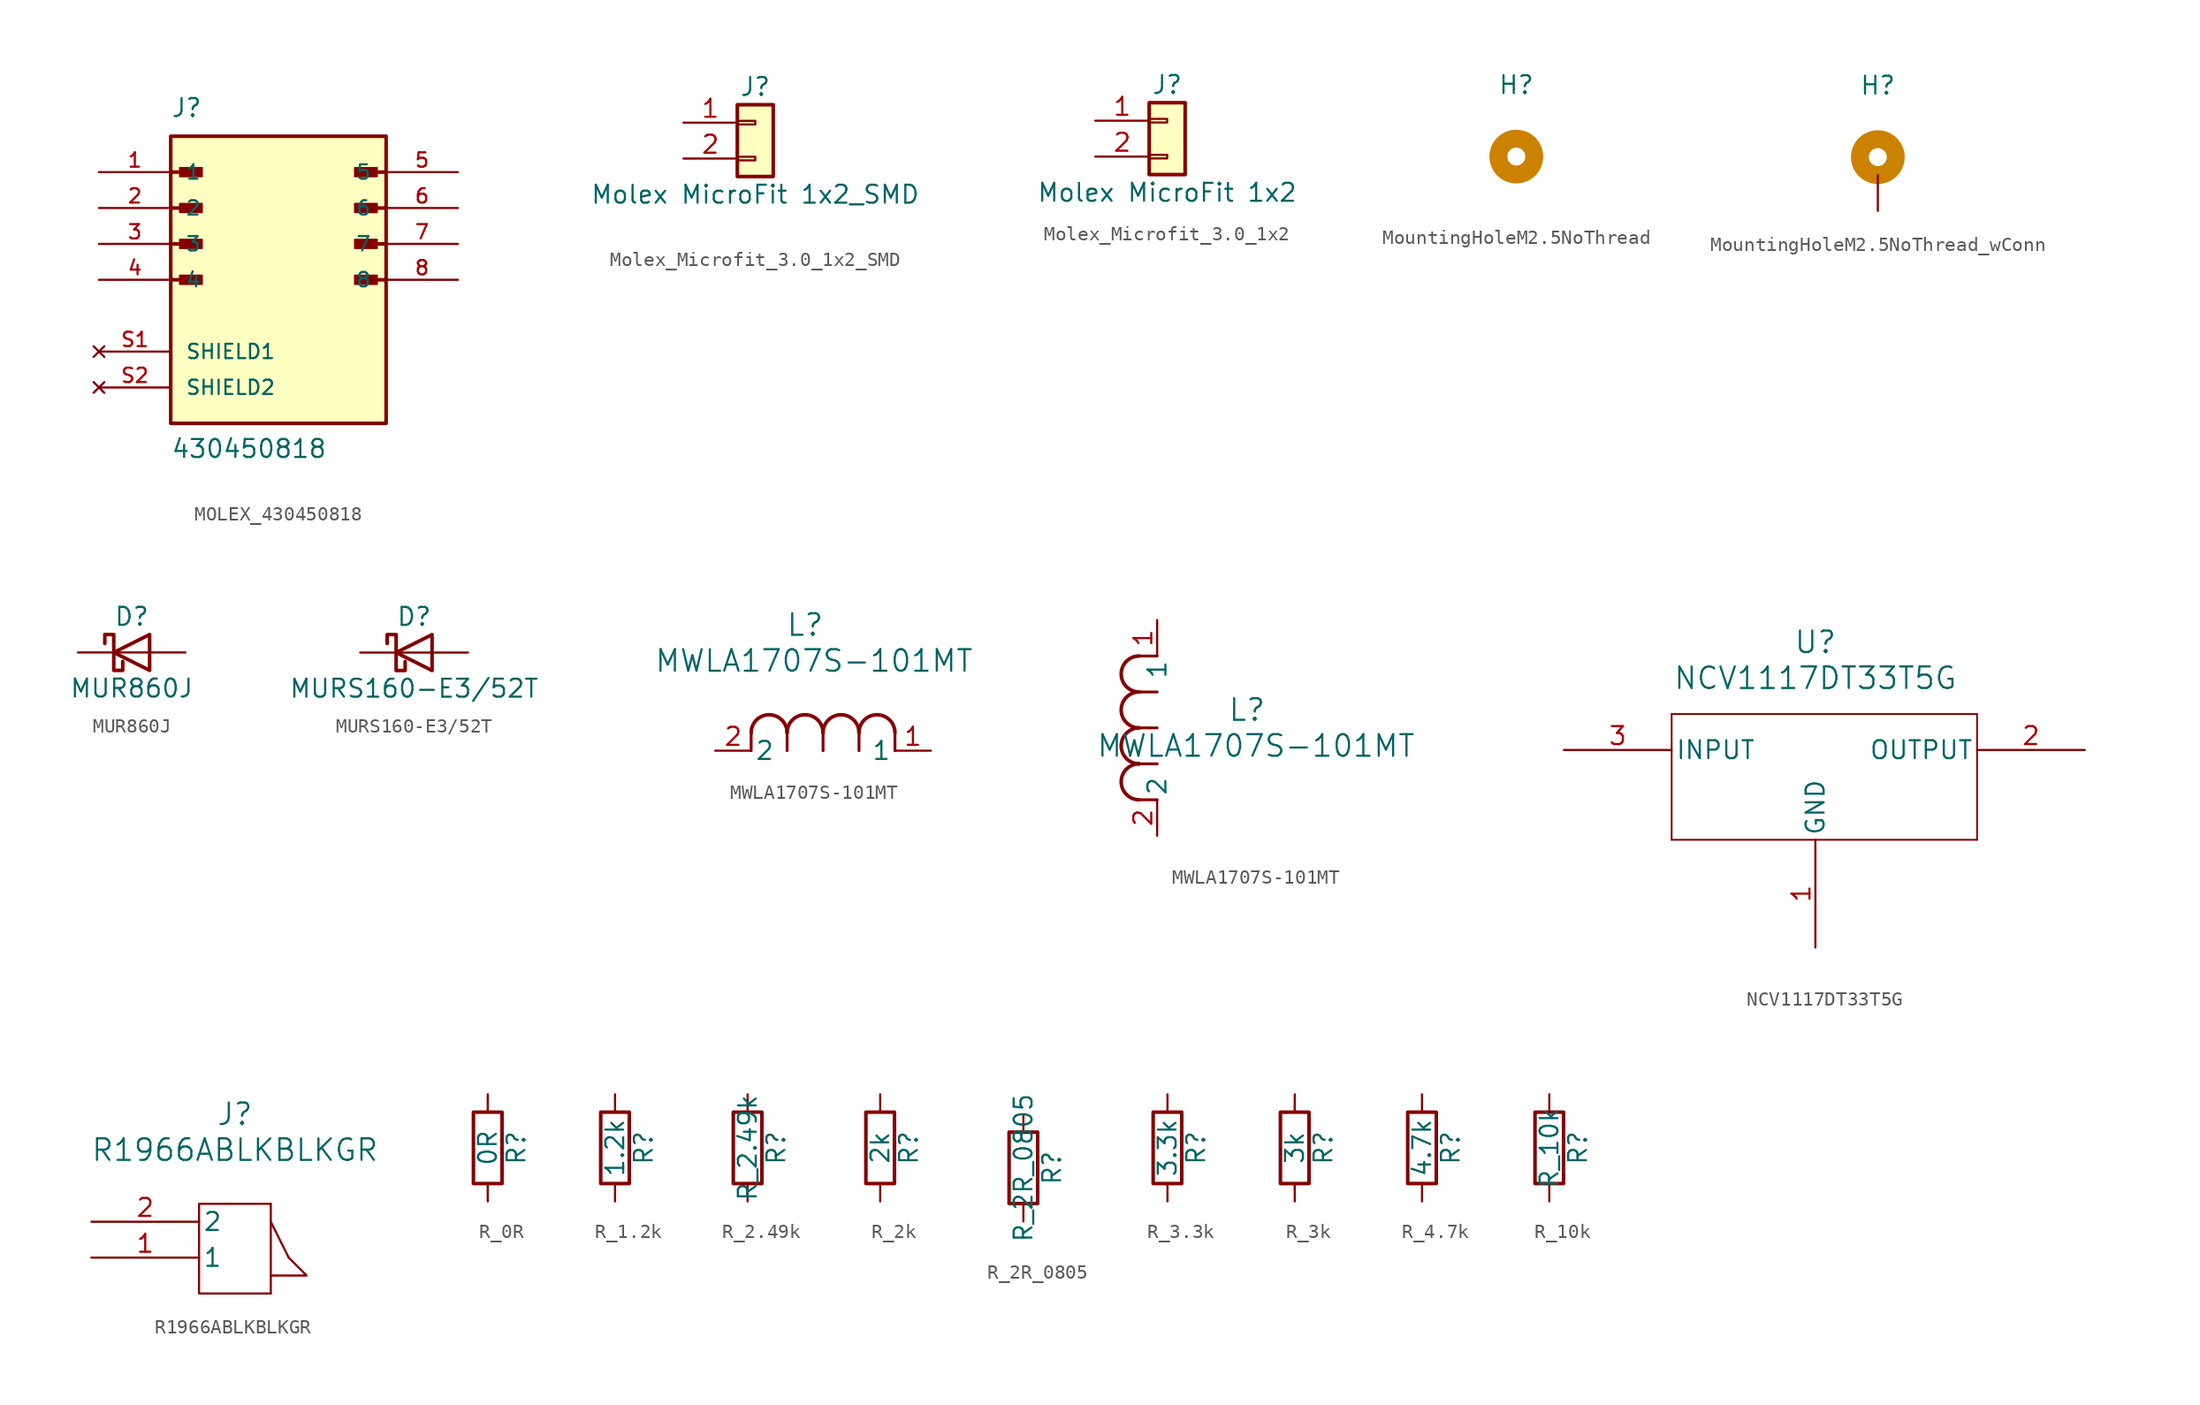
<source format=kicad_sym>
(kicad_symbol_lib
  (version 20231120)
  (generator "kicad_symbol_editor")
  (generator_version "8.0")
  (symbol "MOLEX_430450818"
    (pin_names
      (offset 1.016))
    (property "Reference" "J"
      (at -7.62 11.43 0)
      (effects (font (size 1.27 1.27)) (justify left bottom)))
    (property "Value" "430450818"
      (at -7.62 -12.7 0)
      (effects (font (size 1.27 1.27)) (justify left bottom)))
    (symbol "MOLEX_430450818_0_0"
      (rectangle (start -7.62 -10.16) (end 7.62 10.16) (stroke (width 0.254) (type default)) (fill (type background)))
      (rectangle (start -6.985 -0.318) (end -5.397 0.318) (stroke (width 0.1) (type default)) (fill (type outline)))
      (rectangle (start -6.985 2.223) (end -5.397 2.857) (stroke (width 0.1) (type default)) (fill (type outline)))
      (rectangle (start -6.985 4.763) (end -5.397 5.397) (stroke (width 0.1) (type default)) (fill (type outline)))
      (rectangle (start -6.985 7.303) (end -5.397 7.938) (stroke (width 0.1) (type default)) (fill (type outline)))
      (polyline (pts (xy -7.62 0) (xy -5.715 0)) (stroke (width 0.254) (type default)) (fill (type none)))
      (polyline (pts (xy -7.62 2.54) (xy -5.715 2.54)) (stroke (width 0.254) (type default)) (fill (type none)))
      (polyline (pts (xy -7.62 5.08) (xy -5.715 5.08)) (stroke (width 0.254) (type default)) (fill (type none)))
      (polyline (pts (xy -7.62 7.62) (xy -5.715 7.62)) (stroke (width 0.254) (type default)) (fill (type none)))
      (polyline (pts (xy 7.62 0) (xy 5.715 0)) (stroke (width 0.254) (type default)) (fill (type none)))
      (polyline (pts (xy 7.62 2.54) (xy 5.715 2.54)) (stroke (width 0.254) (type default)) (fill (type none)))
      (polyline (pts (xy 7.62 5.08) (xy 5.715 5.08)) (stroke (width 0.254) (type default)) (fill (type none)))
      (polyline (pts (xy 7.62 7.62) (xy 5.715 7.62)) (stroke (width 0.254) (type default)) (fill (type none)))
      (rectangle (start 5.397 -0.318) (end 6.985 0.318) (stroke (width 0.1) (type default)) (fill (type outline)))
      (rectangle (start 5.397 2.223) (end 6.985 2.857) (stroke (width 0.1) (type default)) (fill (type outline)))
      (rectangle (start 5.397 4.763) (end 6.985 5.397) (stroke (width 0.1) (type default)) (fill (type outline)))
      (rectangle (start 5.397 7.303) (end 6.985 7.938) (stroke (width 0.1) (type default)) (fill (type outline)))
      (pin passive line (at -12.7 7.62 0) (length 5.08) (name "1" (effects (font (size 1.016 1.016)))) (number "1" (effects (font (size 1.016 1.016)))))
      (pin passive line (at -12.7 5.08 0) (length 5.08) (name "2" (effects (font (size 1.016 1.016)))) (number "2" (effects (font (size 1.016 1.016)))))
      (pin passive line (at -12.7 2.54 0) (length 5.08) (name "3" (effects (font (size 1.016 1.016)))) (number "3" (effects (font (size 1.016 1.016)))))
      (pin passive line (at -12.7 0 0) (length 5.08) (name "4" (effects (font (size 1.016 1.016)))) (number "4" (effects (font (size 1.016 1.016)))))
      (pin passive line (at 12.7 7.62 180) (length 5.08) (name "5" (effects (font (size 1.016 1.016)))) (number "5" (effects (font (size 1.016 1.016)))))
      (pin passive line (at 12.7 5.08 180) (length 5.08) (name "6" (effects (font (size 1.016 1.016)))) (number "6" (effects (font (size 1.016 1.016)))))
      (pin passive line (at 12.7 2.54 180) (length 5.08) (name "7" (effects (font (size 1.016 1.016)))) (number "7" (effects (font (size 1.016 1.016)))))
      (pin passive line (at 12.7 0 180) (length 5.08) (name "8" (effects (font (size 1.016 1.016)))) (number "8" (effects (font (size 1.016 1.016))))))
    (symbol "MOLEX_430450818_1_0"
      (pin no_connect line (at -12.7 -5.08 0) (length 5.08) (name "SHIELD1" (effects (font (size 1.016 1.016)))) (number "S1" (effects (font (size 1.016 1.016)))))
      (pin no_connect line (at -12.7 -7.62 0) (length 5.08) (name "SHIELD2" (effects (font (size 1.016 1.016)))) (number "S2" (effects (font (size 1.016 1.016)))))))
  (symbol "Molex_Microfit_3.0_1x2_SMD"
    (pin_names
      (offset 1.016) hide)
    (property "Reference" "J"
      (at 0 2.54 0)
      (effects (font (size 1.27 1.27))))
    (property "Value" "Molex MicroFit 1x2_SMD"
      (at 0 -5.08 0)
      (effects (font (size 1.27 1.27))))
    (symbol "Molex_Microfit_3.0_1x2_SMD_1_1"
      (rectangle (start -1.27 -2.413) (end 0 -2.667) (stroke (width 0.152) (type default)) (fill (type none)))
      (rectangle (start -1.27 0.127) (end 0 -0.127) (stroke (width 0.152) (type default)) (fill (type none)))
      (rectangle (start -1.27 1.27) (end 1.27 -3.81) (stroke (width 0.254) (type default)) (fill (type background)))
      (pin passive line (at -5.08 0 0) (length 3.81) (name "Pin_1" (effects (font (size 1.27 1.27)))) (number "1" (effects (font (size 1.27 1.27)))))
      (pin passive line (at -5.08 -2.54 0) (length 3.81) (name "Pin_2" (effects (font (size 1.27 1.27)))) (number "2" (effects (font (size 1.27 1.27)))))
      (pin no_connect line (at 0 -7.62 90) (length 3.81) hide (name "MP1" (effects (font (size 1.27 1.27)))) (number "MP1" (effects (font (size 1.27 1.27)))))
      (pin no_connect line (at 2.54 -7.62 90) (length 3.81) hide (name "MP2" (effects (font (size 1.27 1.27)))) (number "MP2" (effects (font (size 1.27 1.27)))))))
  (symbol "Molex_Microfit_3.0_1x2"
    (pin_names
      (offset 1.016) hide)
    (property "Reference" "J"
      (at 0 2.54 0)
      (effects (font (size 1.27 1.27))))
    (property "Value" "Molex MicroFit 1x2"
      (at 0 -5.08 0)
      (effects (font (size 1.27 1.27))))
    (symbol "Molex_Microfit_3.0_1x2_1_1"
      (rectangle (start -1.27 -2.413) (end 0 -2.667) (stroke (width 0.152) (type default)) (fill (type none)))
      (rectangle (start -1.27 0.127) (end 0 -0.127) (stroke (width 0.152) (type default)) (fill (type none)))
      (rectangle (start -1.27 1.27) (end 1.27 -3.81) (stroke (width 0.254) (type default)) (fill (type background)))
      (pin passive line (at -5.08 0 0) (length 3.81) (name "Pin_1" (effects (font (size 1.27 1.27)))) (number "1" (effects (font (size 1.27 1.27)))))
      (pin passive line (at -5.08 -2.54 0) (length 3.81) (name "Pin_2" (effects (font (size 1.27 1.27)))) (number "2" (effects (font (size 1.27 1.27)))))))
  (symbol "MountingHoleM2.5NoThread"
    (pin_numbers hide)
    (pin_names
      (offset 1.016) hide)
    (property "Reference" "H"
      (at 0 6.35 0)
      (effects (font (size 1.27 1.27))))
    (symbol "MountingHoleM2.5NoThread_1_1"
      (circle (center 0 1.27) (radius 1.27) (stroke (width 1.27) (type solid) (color 203 130 1 1)) (fill (type none)))
      (pin no_connect line (at 0 -2.54 90) (length 2.54) hide (name "1" (effects (font (size 1.27 1.27)))) (number "1" (effects (font (size 1.27 1.27)))))))
  (symbol "MountingHoleM2.5NoThread_wConn"
    (pin_numbers hide)
    (pin_names
      (offset 1.016) hide)
    (property "Reference" "H"
      (at 0 6.35 0)
      (effects (font (size 1.27 1.27))))
    (symbol "MountingHoleM2.5NoThread_wConn_1_1"
      (circle (center 0 1.27) (radius 1.27) (stroke (width 1.27) (type solid) (color 203 130 1 1)) (fill (type none)))
      (pin passive line (at 0 -2.54 90) (length 2.54) (name "1" (effects (font (size 1.27 1.27)))) (number "1" (effects (font (size 1.27 1.27)))))))
  (symbol "MUR860J"
    (pin_numbers hide)
    (pin_names
      (offset 1.016) hide)
    (property "Reference" "D"
      (at 0 2.54 0)
      (effects (font (size 1.27 1.27))))
    (property "Value" "MUR860J"
      (at 0 -2.54 0)
      (effects (font (size 1.27 1.27))))
    (symbol "MUR860J_0_1"
      (polyline (pts (xy 1.27 0) (xy -1.27 0)) (stroke (width 0) (type default)) (fill (type none)))
      (polyline (pts (xy 1.27 1.27) (xy 1.27 -1.27) (xy -1.27 0) (xy 1.27 1.27)) (stroke (width 0.254) (type default)) (fill (type none)))
      (polyline (pts (xy -1.905 0.635) (xy -1.905 1.27) (xy -1.27 1.27) (xy -1.27 -1.27) (xy -0.635 -1.27) (xy -0.635 -0.635)) (stroke (width 0.254) (type default)) (fill (type none))))
    (symbol "MUR860J_1_1"
      (pin passive line (at -3.81 0 0) (length 2.54) (name "K" (effects (font (size 1.27 1.27)))) (number "1" (effects (font (size 1.27 1.27)))))
      (pin passive line (at 3.81 0 180) (length 2.54) (name "A" (effects (font (size 1.27 1.27)))) (number "2" (effects (font (size 1.27 1.27)))))))
  (symbol "MURS160-E3/52T"
    (pin_numbers hide)
    (pin_names
      (offset 1.016) hide)
    (property "Reference" "D"
      (at 0 2.54 0)
      (effects (font (size 1.27 1.27))))
    (property "Value" "MURS160-E3/52T"
      (at 0 -2.54 0)
      (effects (font (size 1.27 1.27))))
    (symbol "MURS160-E3/52T_0_1"
      (polyline (pts (xy 1.27 0) (xy -1.27 0)) (stroke (width 0) (type default)) (fill (type none)))
      (polyline (pts (xy 1.27 1.27) (xy 1.27 -1.27) (xy -1.27 0) (xy 1.27 1.27)) (stroke (width 0.254) (type default)) (fill (type none)))
      (polyline (pts (xy -1.905 0.635) (xy -1.905 1.27) (xy -1.27 1.27) (xy -1.27 -1.27) (xy -0.635 -1.27) (xy -0.635 -0.635)) (stroke (width 0.254) (type default)) (fill (type none))))
    (symbol "MURS160-E3/52T_1_1"
      (pin passive line (at -3.81 0 0) (length 2.54) (name "K" (effects (font (size 1.27 1.27)))) (number "1" (effects (font (size 1.27 1.27)))))
      (pin passive line (at 3.81 0 180) (length 2.54) (name "A" (effects (font (size 1.27 1.27)))) (number "2" (effects (font (size 1.27 1.27)))))))
  (symbol "MWLA1707S-101MT"
    (pin_names
      (offset 0.254))
    (property "Reference" "L"
      (at 6.35 8.89 0)
      (effects (font (size 1.524 1.524))))
    (property "Value" "MWLA1707S-101MT"
      (at 6.985 6.35 0)
      (effects (font (size 1.524 1.524))))
    (symbol "MWLA1707S-101MT_1_1"
      (polyline (pts (xy 2.54 0) (xy 2.54 1.27)) (stroke (width 0.203) (type default)) (fill (type none)))
      (polyline (pts (xy 5.08 0) (xy 5.08 1.27)) (stroke (width 0.203) (type default)) (fill (type none)))
      (polyline (pts (xy 7.62 0) (xy 7.62 1.27)) (stroke (width 0.203) (type default)) (fill (type none)))
      (polyline (pts (xy 10.16 0) (xy 10.16 1.27)) (stroke (width 0.203) (type default)) (fill (type none)))
      (polyline (pts (xy 12.7 0) (xy 12.7 1.27)) (stroke (width 0.203) (type default)) (fill (type none)))
      (arc (start 5.08 1.27) (mid 3.81 2.5345) (end 2.54 1.27) (stroke (width 0.254) (type default)) (fill (type none)))
      (arc (start 7.62 1.27) (mid 6.35 2.5345) (end 5.08 1.27) (stroke (width 0.254) (type default)) (fill (type none)))
      (arc (start 10.16 1.27) (mid 8.89 2.5345) (end 7.62 1.27) (stroke (width 0.254) (type default)) (fill (type none)))
      (arc (start 12.7 1.27) (mid 11.43 2.5345) (end 10.16 1.27) (stroke (width 0.254) (type default)) (fill (type none)))
      (pin unspecified line (at 15.24 0 180) (length 2.54) (name "1" (effects (font (size 1.27 1.27)))) (number "1" (effects (font (size 1.27 1.27)))))
      (pin unspecified line (at 0 0 0) (length 2.54) (name "2" (effects (font (size 1.27 1.27)))) (number "2" (effects (font (size 1.27 1.27))))))
    (symbol "MWLA1707S-101MT_1_2"
      (arc (start -1.27 5.08) (mid -2.5345 3.81) (end -1.27 2.54) (stroke (width 0.254) (type default)) (fill (type none)))
      (arc (start -1.27 7.62) (mid -2.5345 6.35) (end -1.27 5.08) (stroke (width 0.254) (type default)) (fill (type none)))
      (arc (start -1.27 10.16) (mid -2.5345 8.89) (end -1.27 7.62) (stroke (width 0.254) (type default)) (fill (type none)))
      (arc (start -1.27 12.7) (mid -2.5345 11.43) (end -1.27 10.16) (stroke (width 0.254) (type default)) (fill (type none)))
      (polyline (pts (xy 0 2.54) (xy -1.27 2.54)) (stroke (width 0.203) (type default)) (fill (type none)))
      (polyline (pts (xy 0 5.08) (xy -1.27 5.08)) (stroke (width 0.203) (type default)) (fill (type none)))
      (polyline (pts (xy 0 7.62) (xy -1.27 7.62)) (stroke (width 0.203) (type default)) (fill (type none)))
      (polyline (pts (xy 0 10.16) (xy -1.27 10.16)) (stroke (width 0.203) (type default)) (fill (type none)))
      (polyline (pts (xy 0 12.7) (xy -1.27 12.7)) (stroke (width 0.203) (type default)) (fill (type none)))
      (pin unspecified line (at 0 15.24 270) (length 2.54) (name "1" (effects (font (size 1.27 1.27)))) (number "1" (effects (font (size 1.27 1.27)))))
      (pin unspecified line (at 0 0 90) (length 2.54) (name "2" (effects (font (size 1.27 1.27)))) (number "2" (effects (font (size 1.27 1.27)))))))
  (symbol "NCV1117DT33T5G"
    (pin_names
      (offset 0.254))
    (property "Reference" "U"
      (at 0 7.62 0)
      (effects (font (size 1.524 1.524))))
    (property "Value" "NCV1117DT33T5G"
      (at 0 5.08 0)
      (effects (font (size 1.524 1.524))))
    (symbol "NCV1117DT33T5G_0_1"
      (polyline (pts (xy -10.16 -6.35) (xy 11.43 -6.35)) (stroke (width 0.127) (type default)) (fill (type none)))
      (polyline (pts (xy -10.16 2.54) (xy -10.16 -6.35)) (stroke (width 0.127) (type default)) (fill (type none)))
      (polyline (pts (xy 11.43 -6.35) (xy 11.43 2.54)) (stroke (width 0.127) (type default)) (fill (type none)))
      (polyline (pts (xy 11.43 2.54) (xy -10.16 2.54)) (stroke (width 0.127) (type default)) (fill (type none)))
      (pin output line (at 19.05 0 180) (length 7.62) (name "OUTPUT" (effects (font (size 1.27 1.27)))) (number "2" (effects (font (size 1.27 1.27)))))
      (pin input line (at -17.78 0 0) (length 7.62) (name "INPUT" (effects (font (size 1.27 1.27)))) (number "3" (effects (font (size 1.27 1.27))))))
    (symbol "NCV1117DT33T5G_1_1"
      (pin bidirectional line (at 0 -13.97 90) (length 7.62) (name "GND" (effects (font (size 1.27 1.27)))) (number "1" (effects (font (size 1.27 1.27)))))))
  (symbol "R1966ABLKBLKGR"
    (pin_names
      (offset 0.254))
    (property "Reference" "J"
      (at 1.27 8.89 0)
      (effects (font (size 1.524 1.524))))
    (property "Value" "R1966ABLKBLKGR"
      (at 1.27 6.35 0)
      (effects (font (size 1.524 1.524))))
    (symbol "R1966ABLKBLKGR_1_1"
      (polyline (pts (xy 3.81 1.27) (xy 5.08 -1.27)) (stroke (width 0) (type default)) (fill (type none)))
      (polyline (pts (xy 3.81 2.54) (xy 3.81 -3.81)) (stroke (width 0) (type default)) (fill (type none)))
      (polyline (pts (xy 5.08 -1.27) (xy 6.35 -2.54) (xy 3.81 -2.54)) (stroke (width 0) (type default)) (fill (type none)))
      (polyline (pts (xy 3.81 -3.81) (xy -1.27 -3.81) (xy -1.27 2.54) (xy 3.81 2.54)) (stroke (width 0) (type default)) (fill (type none)))
      (pin power_in line (at -8.89 -1.27 0) (length 7.62) (name "1" (effects (font (size 1.27 1.27)))) (number "1" (effects (font (size 1.27 1.27)))))
      (pin power_in line (at -8.89 1.27 0) (length 7.62) (name "2" (effects (font (size 1.27 1.27)))) (number "2" (effects (font (size 1.27 1.27)))))))
  (symbol "R_0R"
    (pin_numbers hide)
    (pin_names
      (offset 0))
    (property "Reference" "R"
      (at 2.032 0 90)
      (effects (font (size 1.27 1.27))))
    (property "Value" "0R"
      (at 0 0 90)
      (effects (font (size 1.27 1.27))))
    (symbol "R_0R_0_1"
      (rectangle (start -1.016 -2.54) (end 1.016 2.54) (stroke (width 0.254) (type default)) (fill (type none))))
    (symbol "R_0R_1_1"
      (pin passive line (at 0 3.81 270) (length 1.27) (name "~" (effects (font (size 1.27 1.27)))) (number "1" (effects (font (size 1.27 1.27)))))
      (pin passive line (at 0 -3.81 90) (length 1.27) (name "~" (effects (font (size 1.27 1.27)))) (number "2" (effects (font (size 1.27 1.27)))))))
  (symbol "R_1.2k"
    (pin_numbers hide)
    (pin_names
      (offset 0))
    (property "Reference" "R"
      (at 2.032 0 90)
      (effects (font (size 1.27 1.27))))
    (property "Value" "1.2k"
      (at 0 0 90)
      (effects (font (size 1.27 1.27))))
    (symbol "R_1.2k_0_1"
      (rectangle (start -1.016 -2.54) (end 1.016 2.54) (stroke (width 0.254) (type default)) (fill (type none))))
    (symbol "R_1.2k_1_1"
      (pin passive line (at 0 3.81 270) (length 1.27) (name "~" (effects (font (size 1.27 1.27)))) (number "1" (effects (font (size 1.27 1.27)))))
      (pin passive line (at 0 -3.81 90) (length 1.27) (name "~" (effects (font (size 1.27 1.27)))) (number "2" (effects (font (size 1.27 1.27)))))))
  (symbol "R_2.49k"
    (pin_numbers hide)
    (pin_names
      (offset 0))
    (property "Reference" "R"
      (at 2.032 0 90)
      (effects (font (size 1.27 1.27))))
    (property "Value" "R_2.49k"
      (at 0 0 90)
      (effects (font (size 1.27 1.27))))
    (symbol "R_2.49k_0_1"
      (rectangle (start -1.016 -2.54) (end 1.016 2.54) (stroke (width 0.254) (type default)) (fill (type none))))
    (symbol "R_2.49k_1_1"
      (pin passive line (at 0 3.81 270) (length 1.27) (name "~" (effects (font (size 1.27 1.27)))) (number "1" (effects (font (size 1.27 1.27)))))
      (pin passive line (at 0 -3.81 90) (length 1.27) (name "~" (effects (font (size 1.27 1.27)))) (number "2" (effects (font (size 1.27 1.27)))))))
  (symbol "R_2k"
    (pin_numbers hide)
    (pin_names
      (offset 0))
    (property "Reference" "R"
      (at 2.032 0 90)
      (effects (font (size 1.27 1.27))))
    (property "Value" "2k"
      (at 0 0 90)
      (effects (font (size 1.27 1.27))))
    (symbol "R_2k_0_1"
      (rectangle (start -1.016 -2.54) (end 1.016 2.54) (stroke (width 0.254) (type default)) (fill (type none))))
    (symbol "R_2k_1_1"
      (pin passive line (at 0 3.81 270) (length 1.27) (name "~" (effects (font (size 1.27 1.27)))) (number "1" (effects (font (size 1.27 1.27)))))
      (pin passive line (at 0 -3.81 90) (length 1.27) (name "~" (effects (font (size 1.27 1.27)))) (number "2" (effects (font (size 1.27 1.27)))))))
  (symbol "R_2R_0805"
    (pin_numbers hide)
    (pin_names
      (offset 0))
    (property "Reference" "R"
      (at 2.032 0 90)
      (effects (font (size 1.27 1.27))))
    (property "Value" "R_2R_0805"
      (at 0 0 90)
      (effects (font (size 1.27 1.27))))
    (symbol "R_2R_0805_0_1"
      (rectangle (start -1.016 -2.54) (end 1.016 2.54) (stroke (width 0.254) (type default)) (fill (type none))))
    (symbol "R_2R_0805_1_1"
      (pin passive line (at 0 3.81 270) (length 1.27) (name "~" (effects (font (size 1.27 1.27)))) (number "1" (effects (font (size 1.27 1.27)))))
      (pin passive line (at 0 -3.81 90) (length 1.27) (name "~" (effects (font (size 1.27 1.27)))) (number "2" (effects (font (size 1.27 1.27)))))))
  (symbol "R_3.3k"
    (pin_numbers hide)
    (pin_names
      (offset 0))
    (property "Reference" "R"
      (at 2.032 0 90)
      (effects (font (size 1.27 1.27))))
    (property "Value" "3.3k"
      (at 0 0 90)
      (effects (font (size 1.27 1.27))))
    (symbol "R_3.3k_0_1"
      (rectangle (start -1.016 -2.54) (end 1.016 2.54) (stroke (width 0.254) (type default)) (fill (type none))))
    (symbol "R_3.3k_1_1"
      (pin passive line (at 0 3.81 270) (length 1.27) (name "~" (effects (font (size 1.27 1.27)))) (number "1" (effects (font (size 1.27 1.27)))))
      (pin passive line (at 0 -3.81 90) (length 1.27) (name "~" (effects (font (size 1.27 1.27)))) (number "2" (effects (font (size 1.27 1.27)))))))
  (symbol "R_3k"
    (pin_numbers hide)
    (pin_names
      (offset 0))
    (property "Reference" "R"
      (at 2.032 0 90)
      (effects (font (size 1.27 1.27))))
    (property "Value" "3k"
      (at 0 0 90)
      (effects (font (size 1.27 1.27))))
    (symbol "R_3k_0_1"
      (rectangle (start -1.016 -2.54) (end 1.016 2.54) (stroke (width 0.254) (type default)) (fill (type none))))
    (symbol "R_3k_1_1"
      (pin passive line (at 0 3.81 270) (length 1.27) (name "~" (effects (font (size 1.27 1.27)))) (number "1" (effects (font (size 1.27 1.27)))))
      (pin passive line (at 0 -3.81 90) (length 1.27) (name "~" (effects (font (size 1.27 1.27)))) (number "2" (effects (font (size 1.27 1.27)))))))
  (symbol "R_4.7k"
    (pin_numbers hide)
    (pin_names
      (offset 0))
    (property "Reference" "R"
      (at 2.032 0 90)
      (effects (font (size 1.27 1.27))))
    (property "Value" "4.7k"
      (at 0 0 90)
      (effects (font (size 1.27 1.27))))
    (symbol "R_4.7k_0_1"
      (rectangle (start -1.016 -2.54) (end 1.016 2.54) (stroke (width 0.254) (type default)) (fill (type none))))
    (symbol "R_4.7k_1_1"
      (pin passive line (at 0 3.81 270) (length 1.27) (name "~" (effects (font (size 1.27 1.27)))) (number "1" (effects (font (size 1.27 1.27)))))
      (pin passive line (at 0 -3.81 90) (length 1.27) (name "~" (effects (font (size 1.27 1.27)))) (number "2" (effects (font (size 1.27 1.27)))))))
  (symbol "R_10k"
    (pin_numbers hide)
    (pin_names
      (offset 0))
    (property "Reference" "R"
      (at 2.032 0 90)
      (effects (font (size 1.27 1.27))))
    (property "Value" "R_10k"
      (at 0 0 90)
      (effects (font (size 1.27 1.27))))
    (symbol "R_10k_0_1"
      (rectangle (start -1.016 -2.54) (end 1.016 2.54) (stroke (width 0.254) (type default)) (fill (type none))))
    (symbol "R_10k_1_1"
      (pin passive line (at 0 3.81 270) (length 1.27) (name "~" (effects (font (size 1.27 1.27)))) (number "1" (effects (font (size 1.27 1.27)))))
      (pin passive line (at 0 -3.81 90) (length 1.27) (name "~" (effects (font (size 1.27 1.27)))) (number "2" (effects (font (size 1.27 1.27))))))))
</source>
